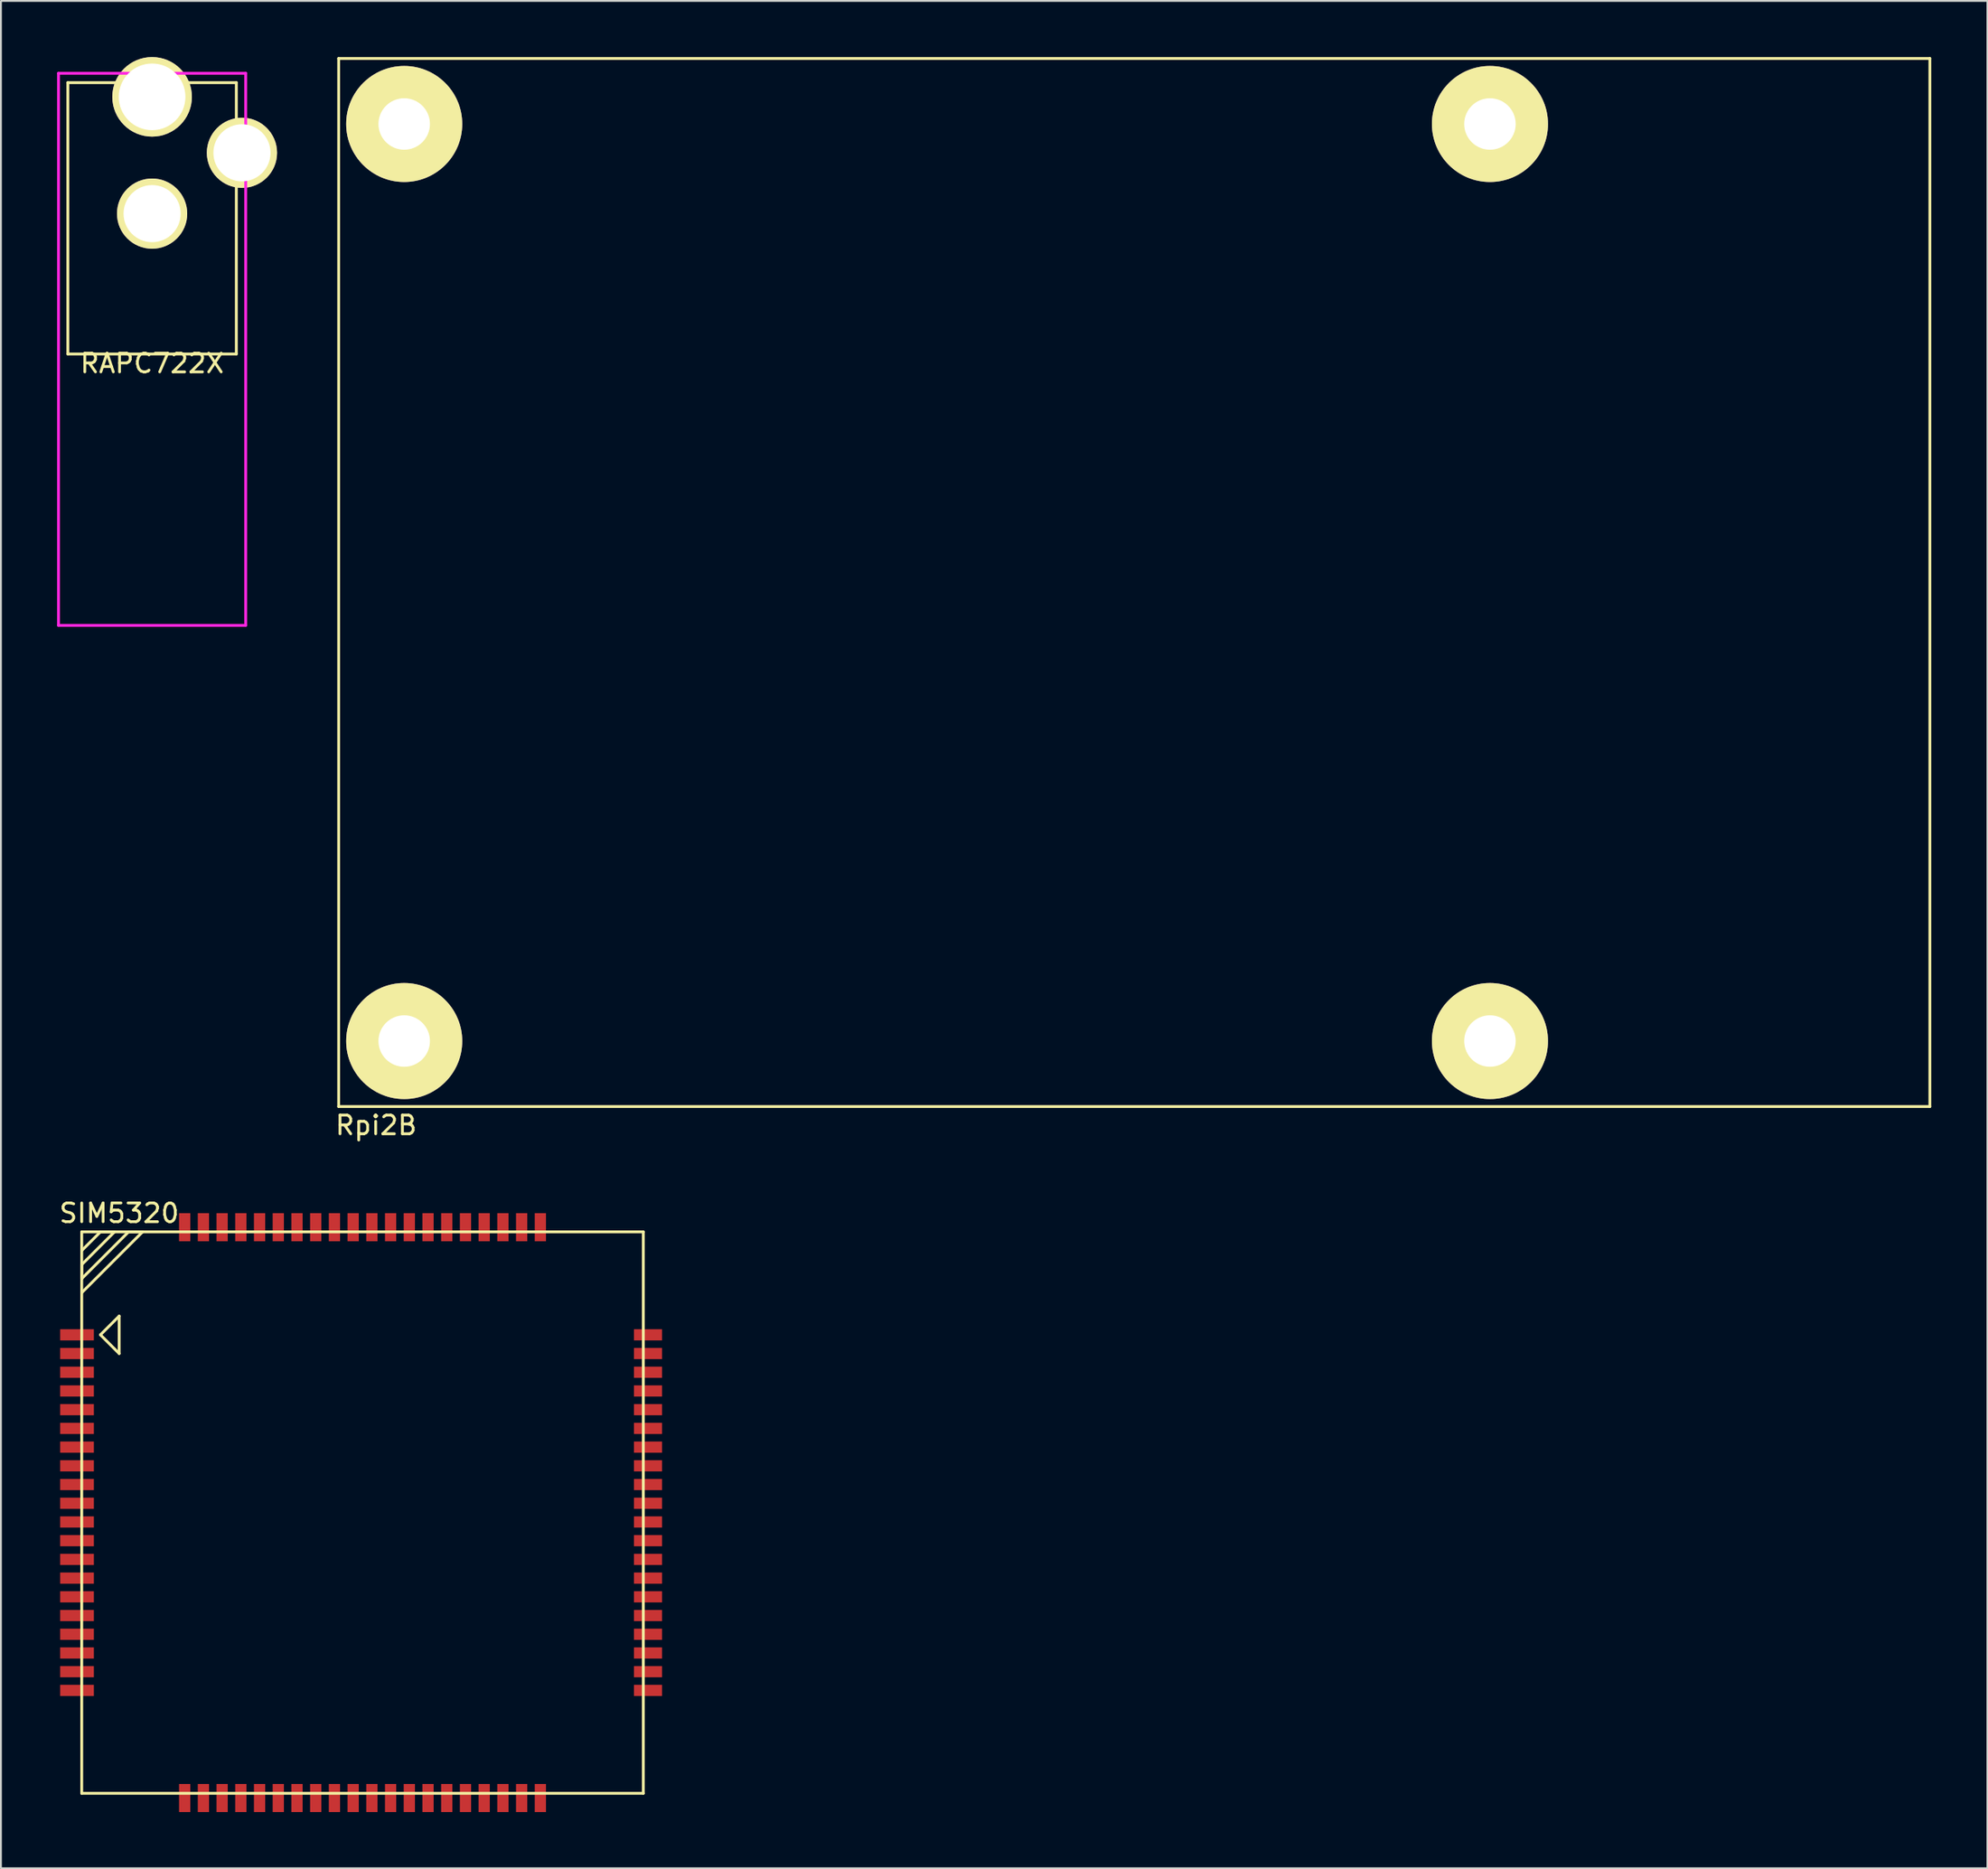
<source format=kicad_pcb>
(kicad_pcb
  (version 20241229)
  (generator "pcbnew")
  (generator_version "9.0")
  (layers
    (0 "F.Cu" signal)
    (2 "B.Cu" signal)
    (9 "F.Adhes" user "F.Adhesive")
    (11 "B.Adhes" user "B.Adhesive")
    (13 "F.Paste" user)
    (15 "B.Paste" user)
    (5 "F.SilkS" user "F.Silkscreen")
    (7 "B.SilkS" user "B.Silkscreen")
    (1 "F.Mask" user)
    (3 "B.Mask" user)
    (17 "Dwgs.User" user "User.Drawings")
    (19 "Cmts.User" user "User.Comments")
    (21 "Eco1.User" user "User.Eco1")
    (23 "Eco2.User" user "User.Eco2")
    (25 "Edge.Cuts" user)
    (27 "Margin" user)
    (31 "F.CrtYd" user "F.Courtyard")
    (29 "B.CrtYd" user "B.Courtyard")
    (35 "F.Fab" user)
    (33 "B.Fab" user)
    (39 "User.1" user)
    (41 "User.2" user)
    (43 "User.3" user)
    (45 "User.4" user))
  (footprint "RAPC722X"
    (layer "F.Cu")
    (at 5.075 15.865)
    (property "Reference" "RAPC722X" (at 0 0.5 0) (layer "F.SilkS") (effects (font (size 1 1) (thickness 0.15))))
    (attr through_hole)
    (fp_line (start -4.5 -14.5) (end -4.5 0) (stroke (width 0.15) (type solid)) (layer "F.SilkS"))
    (fp_line (start -4.5 0) (end 4.5 0) (stroke (width 0.15) (type solid)) (layer "F.SilkS"))
    (fp_line (start 4.5 -14.5) (end -4.5 -14.5) (stroke (width 0.15) (type solid)) (layer "F.SilkS"))
    (fp_line (start 4.5 0) (end 4.5 -14.5) (stroke (width 0.15) (type solid)) (layer "F.SilkS"))
    (fp_line (start -5 -15) (end 5 -15) (stroke (width 0.15) (type solid)) (layer "F.CrtYd"))
    (fp_line (start -5 14.5) (end -5 -15) (stroke (width 0.15) (type solid)) (layer "F.CrtYd"))
    (fp_line (start 5 -15) (end 5 14.5) (stroke (width 0.15) (type solid)) (layer "F.CrtYd"))
    (fp_line (start 5 14.5) (end -5 14.5) (stroke (width 0.15) (type solid)) (layer "F.CrtYd"))
    (pad "1" thru_hole circle (at 0 -13.74) (size 4.25 4.25) (drill 3.56) (layers "*.Cu" "*.Mask" "F.SilkS"))
    (pad "2" thru_hole circle (at 0 -7.5) (size 3.75 3.75) (drill 3.05) (layers "*.Cu" "*.Mask" "F.SilkS"))
    (pad "3" thru_hole circle (at 4.8 -10.75) (size 3.75 3.75) (drill 3.05) (layers "*.Cu" "*.Mask" "F.SilkS")))
  (footprint "Rpi2B"
    (layer "F.Cu")
    (at 18.542 52.575)
    (property "Reference" "Rpi2B" (at -1.5 4.5 0) (layer "F.SilkS") (effects (font (size 1 1) (thickness 0.15))))
    (attr through_hole)
    (fp_line (start -3.5 -52.5) (end -3.5 3.5) (stroke (width 0.15) (type solid)) (layer "F.SilkS"))
    (fp_line (start -3.5 3.5) (end 81.5 3.5) (stroke (width 0.15) (type solid)) (layer "F.SilkS"))
    (fp_line (start 81.5 -52.5) (end -3.5 -52.5) (stroke (width 0.15) (type solid)) (layer "F.SilkS"))
    (fp_line (start 81.5 3.5) (end 81.5 -52.5) (stroke (width 0.15) (type solid)) (layer "F.SilkS"))
    (pad "" thru_hole circle (at 0 -49) (size 6.2 6.2) (drill 2.75) (layers "*.Cu" "*.Mask" "F.SilkS"))
    (pad "" thru_hole circle (at 0 0) (size 6.2 6.2) (drill 2.75) (layers "*.Cu" "*.Mask" "F.SilkS"))
    (pad "" thru_hole circle (at 58 -49) (size 6.2 6.2) (drill 2.75) (layers "*.Cu" "*.Mask" "F.SilkS"))
    (pad "" thru_hole circle (at 58 0) (size 6.2 6.2) (drill 2.75) (layers "*.Cu" "*.Mask" "F.SilkS")))
  (footprint "SIM5320"
    (layer "F.Cu")
    (at 16.315 77.772)
    (property "Reference" "SIM5320" (at -13 -16 0) (layer "F.SilkS") (effects (font (size 1 1) (thickness 0.15))))
    (attr through_hole)
    (fp_line (start -15 -15) (end -15 15) (stroke (width 0.15) (type solid)) (layer "F.SilkS"))
    (fp_line (start -15 -14) (end -14 -15) (stroke (width 0.15) (type solid)) (layer "F.SilkS"))
    (fp_line (start -15 -13.25) (end -15 -12.5) (stroke (width 0.15) (type solid)) (layer "F.SilkS"))
    (fp_line (start -15 -12.5) (end -12.5 -15) (stroke (width 0.15) (type solid)) (layer "F.SilkS"))
    (fp_line (start -15 15) (end 15 15) (stroke (width 0.15) (type solid)) (layer "F.SilkS"))
    (fp_line (start -14 -15) (end -13.25 -15) (stroke (width 0.15) (type solid)) (layer "F.SilkS"))
    (fp_line (start -14 -9.5) (end -13 -10.5) (stroke (width 0.15) (type solid)) (layer "F.SilkS"))
    (fp_line (start -14 -9.5) (end -13 -8.5) (stroke (width 0.15) (type solid)) (layer "F.SilkS"))
    (fp_line (start -13.25 -15) (end -15 -13.25) (stroke (width 0.15) (type solid)) (layer "F.SilkS"))
    (fp_line (start -13 -8.5) (end -13 -10.5) (stroke (width 0.15) (type solid)) (layer "F.SilkS"))
    (fp_line (start -12.5 -15) (end -11.75 -15) (stroke (width 0.15) (type solid)) (layer "F.SilkS"))
    (fp_line (start -11.75 -15) (end -15 -11.75) (stroke (width 0.15) (type solid)) (layer "F.SilkS"))
    (fp_line (start 15 -15) (end -15 -15) (stroke (width 0.15) (type solid)) (layer "F.SilkS"))
    (fp_line (start 15 15) (end 15 -15) (stroke (width 0.15) (type solid)) (layer "F.SilkS"))
    (pad "1" smd rect (at -15.25 -9.5) (size 1.8 0.6) (layers "F.Cu" "F.Mask" "F.Paste"))
    (pad "2" smd rect (at -15.25 -8.5) (size 1.8 0.6) (layers "F.Cu" "F.Mask" "F.Paste"))
    (pad "3" smd rect (at -15.25 -7.5) (size 1.8 0.6) (layers "F.Cu" "F.Mask" "F.Paste"))
    (pad "4" smd rect (at -15.25 -6.5) (size 1.8 0.6) (layers "F.Cu" "F.Mask" "F.Paste"))
    (pad "5" smd rect (at -15.25 -5.5) (size 1.8 0.6) (layers "F.Cu" "F.Mask" "F.Paste"))
    (pad "6" smd rect (at -15.25 -4.5) (size 1.8 0.6) (layers "F.Cu" "F.Mask" "F.Paste"))
    (pad "7" smd rect (at -15.25 -3.5) (size 1.8 0.6) (layers "F.Cu" "F.Mask" "F.Paste"))
    (pad "8" smd rect (at -15.25 -2.5) (size 1.8 0.6) (layers "F.Cu" "F.Mask" "F.Paste"))
    (pad "9" smd rect (at -15.25 -1.5) (size 1.8 0.6) (layers "F.Cu" "F.Mask" "F.Paste"))
    (pad "10" smd rect (at -15.25 -0.5) (size 1.8 0.6) (layers "F.Cu" "F.Mask" "F.Paste"))
    (pad "11" smd rect (at -15.25 0.5) (size 1.8 0.6) (layers "F.Cu" "F.Mask" "F.Paste"))
    (pad "12" smd rect (at -15.25 1.5) (size 1.8 0.6) (layers "F.Cu" "F.Mask" "F.Paste"))
    (pad "13" smd rect (at -15.25 2.5) (size 1.8 0.6) (layers "F.Cu" "F.Mask" "F.Paste"))
    (pad "14" smd rect (at -15.25 3.5) (size 1.8 0.6) (layers "F.Cu" "F.Mask" "F.Paste"))
    (pad "15" smd rect (at -15.25 4.5) (size 1.8 0.6) (layers "F.Cu" "F.Mask" "F.Paste"))
    (pad "16" smd rect (at -15.25 5.5) (size 1.8 0.6) (layers "F.Cu" "F.Mask" "F.Paste"))
    (pad "17" smd rect (at -15.25 6.5) (size 1.8 0.6) (layers "F.Cu" "F.Mask" "F.Paste"))
    (pad "18" smd rect (at -15.25 7.5) (size 1.8 0.6) (layers "F.Cu" "F.Mask" "F.Paste"))
    (pad "19" smd rect (at -15.25 8.5) (size 1.8 0.6) (layers "F.Cu" "F.Mask" "F.Paste"))
    (pad "20" smd rect (at -15.25 9.5) (size 1.8 0.6) (layers "F.Cu" "F.Mask" "F.Paste"))
    (pad "21" smd rect (at -9.5 15.25 90) (size 1.5 0.6) (layers "F.Cu" "F.Mask" "F.Paste"))
    (pad "22" smd rect (at -8.5 15.25 90) (size 1.5 0.6) (layers "F.Cu" "F.Mask" "F.Paste"))
    (pad "23" smd rect (at -7.5 15.25 90) (size 1.5 0.6) (layers "F.Cu" "F.Mask" "F.Paste"))
    (pad "24" smd rect (at -6.5 15.25 90) (size 1.5 0.6) (layers "F.Cu" "F.Mask" "F.Paste"))
    (pad "25" smd rect (at -5.5 15.25 90) (size 1.5 0.6) (layers "F.Cu" "F.Mask" "F.Paste"))
    (pad "26" smd rect (at -4.5 15.25 90) (size 1.5 0.6) (layers "F.Cu" "F.Mask" "F.Paste"))
    (pad "27" smd rect (at -3.5 15.25 90) (size 1.5 0.6) (layers "F.Cu" "F.Mask" "F.Paste"))
    (pad "28" smd rect (at -2.5 15.25 90) (size 1.5 0.6) (layers "F.Cu" "F.Mask" "F.Paste"))
    (pad "29" smd rect (at -1.5 15.25 90) (size 1.5 0.6) (layers "F.Cu" "F.Mask" "F.Paste"))
    (pad "30" smd rect (at -0.5 15.25 90) (size 1.5 0.6) (layers "F.Cu" "F.Mask" "F.Paste"))
    (pad "31" smd rect (at 0.5 15.25 90) (size 1.5 0.6) (layers "F.Cu" "F.Mask" "F.Paste"))
    (pad "32" smd rect (at 1.5 15.25 90) (size 1.5 0.6) (layers "F.Cu" "F.Mask" "F.Paste"))
    (pad "33" smd rect (at 2.5 15.25 90) (size 1.5 0.6) (layers "F.Cu" "F.Mask" "F.Paste"))
    (pad "34" smd rect (at 3.5 15.25 90) (size 1.5 0.6) (layers "F.Cu" "F.Mask" "F.Paste"))
    (pad "35" smd rect (at 4.5 15.25 90) (size 1.5 0.6) (layers "F.Cu" "F.Mask" "F.Paste"))
    (pad "36" smd rect (at 5.5 15.25 90) (size 1.5 0.6) (layers "F.Cu" "F.Mask" "F.Paste"))
    (pad "37" smd rect (at 6.5 15.25 90) (size 1.5 0.6) (layers "F.Cu" "F.Mask" "F.Paste"))
    (pad "38" smd rect (at 7.5 15.25 90) (size 1.5 0.6) (layers "F.Cu" "F.Mask" "F.Paste"))
    (pad "39" smd rect (at 8.5 15.25 90) (size 1.5 0.6) (layers "F.Cu" "F.Mask" "F.Paste"))
    (pad "40" smd rect (at 9.5 15.25 90) (size 1.5 0.6) (layers "F.Cu" "F.Mask" "F.Paste"))
    (pad "41" smd rect (at 15.25 9.5 180) (size 1.5 0.6) (layers "F.Cu" "F.Mask" "F.Paste"))
    (pad "42" smd rect (at 15.25 8.5 180) (size 1.5 0.6) (layers "F.Cu" "F.Mask" "F.Paste"))
    (pad "43" smd rect (at 15.25 7.5 180) (size 1.5 0.6) (layers "F.Cu" "F.Mask" "F.Paste"))
    (pad "44" smd rect (at 15.25 6.5 180) (size 1.5 0.6) (layers "F.Cu" "F.Mask" "F.Paste"))
    (pad "45" smd rect (at 15.25 5.5 180) (size 1.5 0.6) (layers "F.Cu" "F.Mask" "F.Paste"))
    (pad "46" smd rect (at 15.25 4.5 180) (size 1.5 0.6) (layers "F.Cu" "F.Mask" "F.Paste"))
    (pad "47" smd rect (at 15.25 3.5 180) (size 1.5 0.6) (layers "F.Cu" "F.Mask" "F.Paste"))
    (pad "48" smd rect (at 15.25 2.5 180) (size 1.5 0.6) (layers "F.Cu" "F.Mask" "F.Paste"))
    (pad "49" smd rect (at 15.25 1.5 180) (size 1.5 0.6) (layers "F.Cu" "F.Mask" "F.Paste"))
    (pad "50" smd rect (at 15.25 0.5 180) (size 1.5 0.6) (layers "F.Cu" "F.Mask" "F.Paste"))
    (pad "51" smd rect (at 15.25 -0.5 180) (size 1.5 0.6) (layers "F.Cu" "F.Mask" "F.Paste"))
    (pad "52" smd rect (at 15.25 -1.5 180) (size 1.5 0.6) (layers "F.Cu" "F.Mask" "F.Paste"))
    (pad "53" smd rect (at 15.25 -2.5 180) (size 1.5 0.6) (layers "F.Cu" "F.Mask" "F.Paste"))
    (pad "54" smd rect (at 15.25 -3.5 180) (size 1.5 0.6) (layers "F.Cu" "F.Mask" "F.Paste"))
    (pad "55" smd rect (at 15.25 -4.5 180) (size 1.5 0.6) (layers "F.Cu" "F.Mask" "F.Paste"))
    (pad "56" smd rect (at 15.25 -5.5 180) (size 1.5 0.6) (layers "F.Cu" "F.Mask" "F.Paste"))
    (pad "57" smd rect (at 15.25 -6.5 180) (size 1.5 0.6) (layers "F.Cu" "F.Mask" "F.Paste"))
    (pad "58" smd rect (at 15.25 -7.5 180) (size 1.5 0.6) (layers "F.Cu" "F.Mask" "F.Paste"))
    (pad "59" smd rect (at 15.25 -8.5 180) (size 1.5 0.6) (layers "F.Cu" "F.Mask" "F.Paste"))
    (pad "60" smd rect (at 15.25 -9.5 180) (size 1.5 0.6) (layers "F.Cu" "F.Mask" "F.Paste"))
    (pad "61" smd rect (at 9.5 -15.25 270) (size 1.5 0.6) (layers "F.Cu" "F.Mask" "F.Paste"))
    (pad "62" smd rect (at 8.5 -15.25 270) (size 1.5 0.6) (layers "F.Cu" "F.Mask" "F.Paste"))
    (pad "63" smd rect (at 7.5 -15.25 270) (size 1.5 0.6) (layers "F.Cu" "F.Mask" "F.Paste"))
    (pad "64" smd rect (at 6.5 -15.25 270) (size 1.5 0.6) (layers "F.Cu" "F.Mask" "F.Paste"))
    (pad "65" smd rect (at 5.5 -15.25 270) (size 1.5 0.6) (layers "F.Cu" "F.Mask" "F.Paste"))
    (pad "66" smd rect (at 4.5 -15.25 270) (size 1.5 0.6) (layers "F.Cu" "F.Mask" "F.Paste"))
    (pad "67" smd rect (at 3.5 -15.25 270) (size 1.5 0.6) (layers "F.Cu" "F.Mask" "F.Paste"))
    (pad "68" smd rect (at 2.5 -15.25 270) (size 1.5 0.6) (layers "F.Cu" "F.Mask" "F.Paste"))
    (pad "69" smd rect (at 1.5 -15.25 270) (size 1.5 0.6) (layers "F.Cu" "F.Mask" "F.Paste"))
    (pad "70" smd rect (at 0.5 -15.25 270) (size 1.5 0.6) (layers "F.Cu" "F.Mask" "F.Paste"))
    (pad "71" smd rect (at -0.5 -15.25 270) (size 1.5 0.6) (layers "F.Cu" "F.Mask" "F.Paste"))
    (pad "72" smd rect (at -1.5 -15.25 270) (size 1.5 0.6) (layers "F.Cu" "F.Mask" "F.Paste"))
    (pad "73" smd rect (at -2.5 -15.25 270) (size 1.5 0.6) (layers "F.Cu" "F.Mask" "F.Paste"))
    (pad "74" smd rect (at -3.5 -15.25 270) (size 1.5 0.6) (layers "F.Cu" "F.Mask" "F.Paste"))
    (pad "75" smd rect (at -4.5 -15.25 270) (size 1.5 0.6) (layers "F.Cu" "F.Mask" "F.Paste"))
    (pad "76" smd rect (at -5.5 -15.25 270) (size 1.5 0.6) (layers "F.Cu" "F.Mask" "F.Paste"))
    (pad "77" smd rect (at -6.5 -15.25 270) (size 1.5 0.6) (layers "F.Cu" "F.Mask" "F.Paste"))
    (pad "78" smd rect (at -7.5 -15.25 270) (size 1.5 0.6) (layers "F.Cu" "F.Mask" "F.Paste"))
    (pad "79" smd rect (at -8.5 -15.25 270) (size 1.5 0.6) (layers "F.Cu" "F.Mask" "F.Paste"))
    (pad "80" smd rect (at -9.5 -15.25 270) (size 1.5 0.6) (layers "F.Cu" "F.Mask" "F.Paste")))
  (gr_rect
    (start -3 -3)
    (end 103.117 96.772)
    (stroke (width 0.1) (type default))
    (fill no)
    (layer "Edge.Cuts")))
</source>
